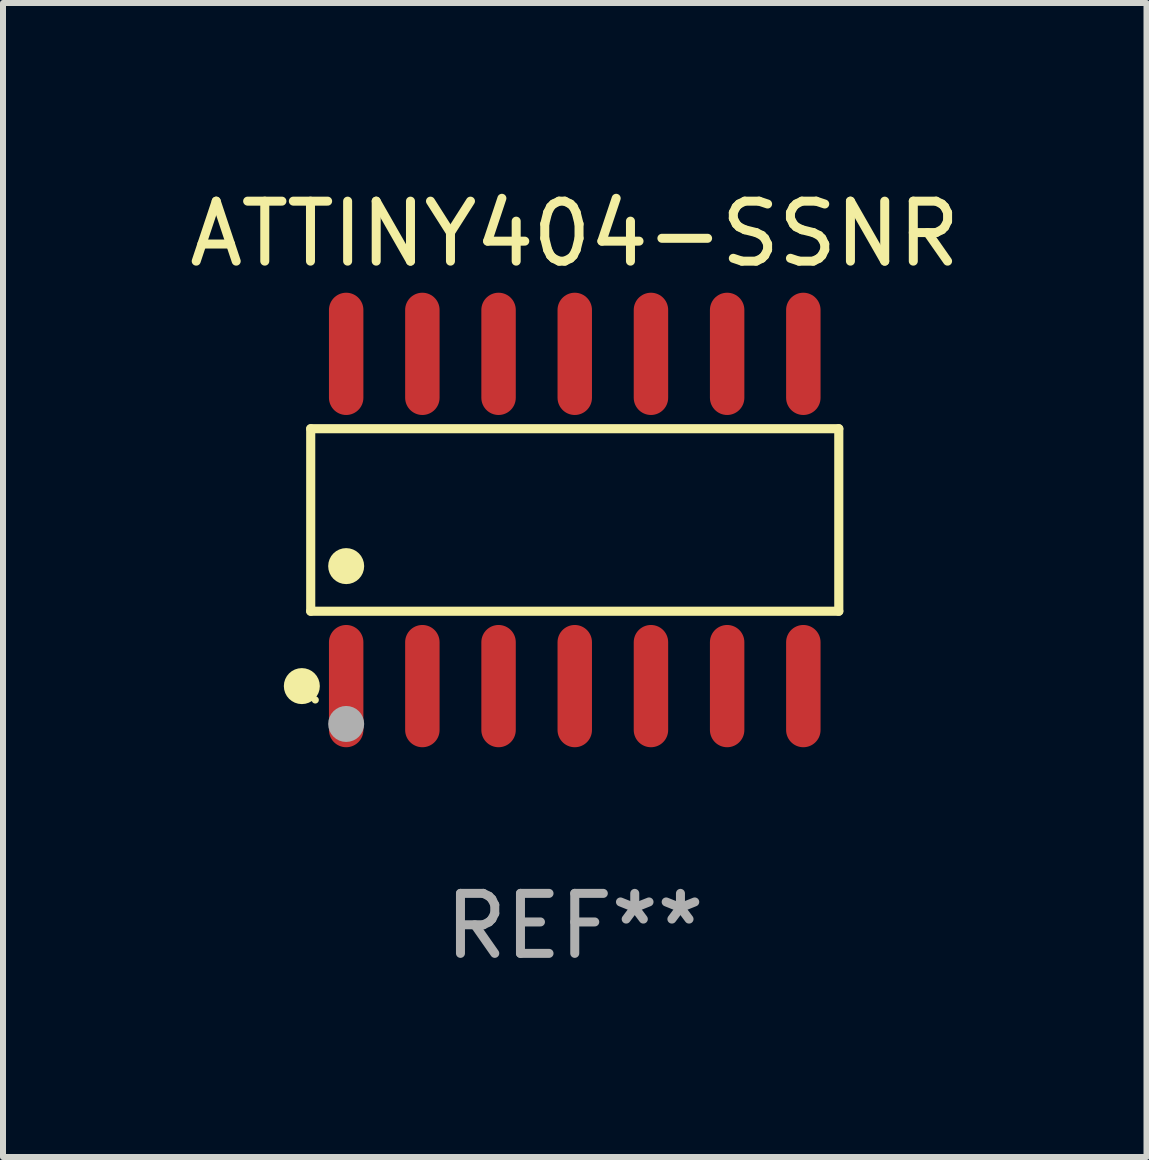
<source format=kicad_pcb>
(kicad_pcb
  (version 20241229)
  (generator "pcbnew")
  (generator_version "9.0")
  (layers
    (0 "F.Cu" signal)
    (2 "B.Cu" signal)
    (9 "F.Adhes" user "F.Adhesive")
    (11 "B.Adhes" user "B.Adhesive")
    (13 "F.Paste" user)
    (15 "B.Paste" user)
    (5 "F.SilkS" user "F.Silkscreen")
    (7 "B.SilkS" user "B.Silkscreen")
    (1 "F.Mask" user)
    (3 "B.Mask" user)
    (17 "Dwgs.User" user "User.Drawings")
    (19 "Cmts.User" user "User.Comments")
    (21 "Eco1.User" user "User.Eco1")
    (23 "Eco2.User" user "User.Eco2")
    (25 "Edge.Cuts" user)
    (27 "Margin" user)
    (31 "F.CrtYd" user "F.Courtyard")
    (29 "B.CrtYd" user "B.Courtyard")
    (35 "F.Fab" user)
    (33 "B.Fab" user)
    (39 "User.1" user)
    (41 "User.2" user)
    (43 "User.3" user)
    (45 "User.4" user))
  (footprint "ATTINY404-SSNR"
    (layer "F.Cu")
    (at 6.53 5.617)
    (property "Reference" "ATTINY404-SSNR" (at 0 -4.769 0) (layer "F.SilkS") (effects (font (size 1 1) (thickness 0.15))))
    (attr through_hole)
    (fp_line (start -4.401 -1.521) (end 4.401 -1.521) (stroke (width 0.152) (type solid)) (layer "F.SilkS"))
    (fp_line (start -4.401 1.521) (end -4.401 -1.521) (stroke (width 0.152) (type solid)) (layer "F.SilkS"))
    (fp_line (start 4.401 -1.521) (end 4.401 1.521) (stroke (width 0.152) (type solid)) (layer "F.SilkS"))
    (fp_line (start 4.401 1.521) (end -4.401 1.521) (stroke (width 0.152) (type solid)) (layer "F.SilkS"))
    (fp_circle (center -4.549 2.769) (end -4.399 2.769) (stroke (width 0.3) (type solid)) (fill no) (layer "F.SilkS"))
    (fp_circle (center -4.325 3) (end -4.295 3) (stroke (width 0.06) (type solid)) (fill no) (layer "F.SilkS"))
    (fp_circle (center -3.81 0.769) (end -3.66 0.769) (stroke (width 0.3) (type solid)) (fill no) (layer "F.SilkS"))
    (fp_circle (center -3.81 3.4) (end -3.66 3.4) (stroke (width 0.3) (type solid)) (fill no) (layer "F.Fab"))
    (fp_text user "REF**" (at 0 6.769 0) (layer "F.Fab") (effects (font (size 1 1) (thickness 0.15))))
    (pad "1" smd oval (at -3.81 2.769) (size 0.574 2.038) (layers "F.Cu" "F.Mask" "F.Paste"))
    (pad "2" smd oval (at -2.54 2.769) (size 0.574 2.038) (layers "F.Cu" "F.Mask" "F.Paste"))
    (pad "3" smd oval (at -1.27 2.769) (size 0.574 2.038) (layers "F.Cu" "F.Mask" "F.Paste"))
    (pad "4" smd oval (at 0 2.769) (size 0.574 2.038) (layers "F.Cu" "F.Mask" "F.Paste"))
    (pad "5" smd oval (at 1.27 2.769) (size 0.574 2.038) (layers "F.Cu" "F.Mask" "F.Paste"))
    (pad "6" smd oval (at 2.54 2.769) (size 0.574 2.038) (layers "F.Cu" "F.Mask" "F.Paste"))
    (pad "7" smd oval (at 3.81 2.769) (size 0.574 2.038) (layers "F.Cu" "F.Mask" "F.Paste"))
    (pad "8" smd oval (at 3.81 -2.769) (size 0.574 2.038) (layers "F.Cu" "F.Mask" "F.Paste"))
    (pad "9" smd oval (at 2.54 -2.769) (size 0.574 2.038) (layers "F.Cu" "F.Mask" "F.Paste"))
    (pad "10" smd oval (at 1.27 -2.769) (size 0.574 2.038) (layers "F.Cu" "F.Mask" "F.Paste"))
    (pad "11" smd oval (at 0 -2.769) (size 0.574 2.038) (layers "F.Cu" "F.Mask" "F.Paste"))
    (pad "12" smd oval (at -1.27 -2.769) (size 0.574 2.038) (layers "F.Cu" "F.Mask" "F.Paste"))
    (pad "13" smd oval (at -2.54 -2.769) (size 0.574 2.038) (layers "F.Cu" "F.Mask" "F.Paste"))
    (pad "14" smd oval (at -3.81 -2.769) (size 0.574 2.038) (layers "F.Cu" "F.Mask" "F.Paste")))
  (gr_rect
    (start -3 -3)
    (end 16.06 16.235)
    (stroke (width 0.1) (type default))
    (fill no)
    (layer "Edge.Cuts")))
</source>
